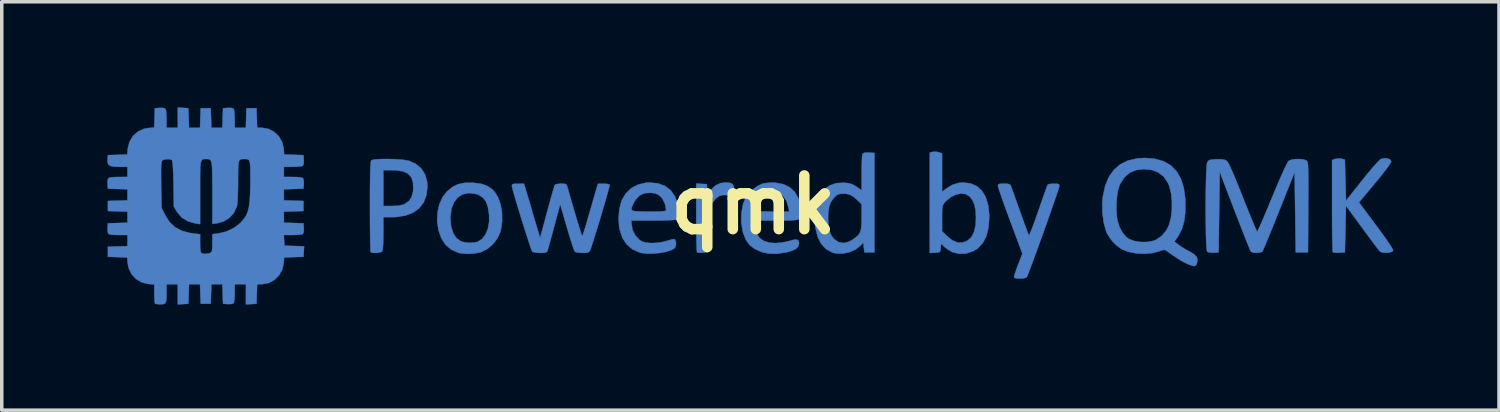
<source format=kicad_pcb>
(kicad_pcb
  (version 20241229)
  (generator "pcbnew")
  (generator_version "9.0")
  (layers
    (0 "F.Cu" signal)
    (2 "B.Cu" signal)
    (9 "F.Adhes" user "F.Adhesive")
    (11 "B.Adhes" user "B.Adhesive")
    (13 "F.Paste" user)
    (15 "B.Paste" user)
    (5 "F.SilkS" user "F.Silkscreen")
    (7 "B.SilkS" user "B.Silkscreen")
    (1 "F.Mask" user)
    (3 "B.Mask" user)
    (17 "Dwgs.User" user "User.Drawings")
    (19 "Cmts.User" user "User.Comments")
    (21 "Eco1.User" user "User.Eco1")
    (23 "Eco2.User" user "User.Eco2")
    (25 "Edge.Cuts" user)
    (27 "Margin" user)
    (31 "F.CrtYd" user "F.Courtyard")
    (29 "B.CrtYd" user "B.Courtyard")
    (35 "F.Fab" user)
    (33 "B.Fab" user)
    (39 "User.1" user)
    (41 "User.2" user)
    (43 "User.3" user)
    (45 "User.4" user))
  (footprint "qmk"
    (layer "F.Cu")
    (at 18.352 2.771)
    (property "Reference" "qmk" (at 0 0 0) (layer "F.SilkS") (effects (font (size 1.524 1.524) (thickness 0.3))))
    (attr through_hole)
    (fp_poly (pts (xy -0.665 -0.626) (xy -0.588 -0.592) (xy -0.55 -0.522) (xy -0.54 -0.411) (xy -0.54 -0.253) (xy -0.716 -0.274) (xy -0.855 -0.28) (xy -0.961 -0.254) (xy -1.055 -0.187) (xy -1.153 -0.072) (xy -1.16 -0.062) (xy -1.269 0.086) (xy -1.286 1.349) (xy -1.43 1.359) (xy -1.521 1.36) (xy -1.584 1.352) (xy -1.597 1.346) (xy -1.602 1.309) (xy -1.607 1.217) (xy -1.612 1.078) (xy -1.615 0.899) (xy -1.618 0.688) (xy -1.619 0.454) (xy -1.619 0.358) (xy -1.619 -0.607) (xy -1.468 -0.597) (xy -1.318 -0.587) (xy -1.308 -0.453) (xy -1.298 -0.319) (xy -1.2 -0.431) (xy -1.068 -0.553) (xy -0.929 -0.618) (xy -0.793 -0.635) (xy -0.665 -0.626)) (stroke (width 0.01) (type solid)) (fill yes) (layer "B.Cu"))
    (fp_poly (pts (xy 18.033 -1.317) (xy 18.103 -1.284) (xy 18.129 -1.233) (xy 18.109 -1.189) (xy 18.052 -1.103) (xy 17.963 -0.983) (xy 17.848 -0.835) (xy 17.71 -0.666) (xy 17.671 -0.619) (xy 17.213 -0.07) (xy 17.704 0.588) (xy 17.837 0.767) (xy 17.955 0.932) (xy 18.054 1.075) (xy 18.129 1.189) (xy 18.174 1.266) (xy 18.186 1.297) (xy 18.151 1.332) (xy 18.075 1.354) (xy 17.979 1.363) (xy 17.886 1.356) (xy 17.817 1.332) (xy 17.805 1.323) (xy 17.775 1.285) (xy 17.712 1.204) (xy 17.623 1.087) (xy 17.515 0.941) (xy 17.392 0.775) (xy 17.302 0.652) (xy 16.843 0.027) (xy 16.812 1.349) (xy 16.652 1.359) (xy 16.555 1.36) (xy 16.487 1.353) (xy 16.469 1.346) (xy 16.464 1.31) (xy 16.46 1.218) (xy 16.456 1.075) (xy 16.452 0.89) (xy 16.449 0.668) (xy 16.448 0.417) (xy 16.447 0.144) (xy 16.447 0.026) (xy 16.447 -1.272) (xy 16.534 -1.305) (xy 16.652 -1.321) (xy 16.716 -1.311) (xy 16.812 -1.284) (xy 16.843 -0.119) (xy 17.303 -0.698) (xy 17.449 -0.88) (xy 17.581 -1.037) (xy 17.693 -1.164) (xy 17.778 -1.255) (xy 17.833 -1.302) (xy 17.842 -1.307) (xy 17.94 -1.327) (xy 18.033 -1.317)) (stroke (width 0.01) (type solid)) (fill yes) (layer "B.Cu"))
    (fp_poly (pts (xy -7.958 -0.628) (xy -7.738 -0.601) (xy -7.564 -0.543) (xy -7.423 -0.449) (xy -7.341 -0.363) (xy -7.242 -0.2) (xy -7.174 0.004) (xy -7.137 0.233) (xy -7.135 0.472) (xy -7.169 0.705) (xy -7.187 0.774) (xy -7.271 0.958) (xy -7.401 1.124) (xy -7.561 1.258) (xy -7.738 1.344) (xy -7.748 1.347) (xy -7.929 1.382) (xy -8.127 1.392) (xy -8.31 1.376) (xy -8.378 1.361) (xy -8.578 1.274) (xy -8.738 1.139) (xy -8.859 0.956) (xy -8.94 0.73) (xy -8.98 0.473) (xy -8.977 0.389) (xy -8.604 0.389) (xy -8.584 0.614) (xy -8.526 0.801) (xy -8.433 0.943) (xy -8.306 1.035) (xy -8.287 1.044) (xy -8.182 1.068) (xy -8.048 1.077) (xy -7.918 1.069) (xy -7.832 1.05) (xy -7.706 0.969) (xy -7.606 0.84) (xy -7.537 0.671) (xy -7.503 0.472) (xy -7.505 0.282) (xy -7.538 0.067) (xy -7.596 -0.094) (xy -7.684 -0.209) (xy -7.806 -0.285) (xy -7.906 -0.317) (xy -8.095 -0.336) (xy -8.261 -0.298) (xy -8.398 -0.208) (xy -8.503 -0.07) (xy -8.573 0.113) (xy -8.603 0.337) (xy -8.604 0.389) (xy -8.977 0.389) (xy -8.972 0.219) (xy -8.918 -0.019) (xy -8.82 -0.23) (xy -8.7 -0.383) (xy -8.549 -0.508) (xy -8.385 -0.587) (xy -8.194 -0.626) (xy -7.961 -0.629) (xy -7.958 -0.628)) (stroke (width 0.01) (type solid)) (fill yes) (layer "B.Cu"))
    (fp_poly (pts (xy 5.281 -1.494) (xy 5.366 -1.462) (xy 5.366 -0.373) (xy 5.477 -0.458) (xy 5.66 -0.57) (xy 5.847 -0.626) (xy 5.969 -0.635) (xy 6.181 -0.608) (xy 6.359 -0.529) (xy 6.502 -0.398) (xy 6.608 -0.218) (xy 6.676 0.01) (xy 6.706 0.283) (xy 6.707 0.352) (xy 6.686 0.645) (xy 6.624 0.891) (xy 6.521 1.089) (xy 6.377 1.24) (xy 6.245 1.32) (xy 6.046 1.383) (xy 5.848 1.391) (xy 5.665 1.345) (xy 5.637 1.332) (xy 5.534 1.271) (xy 5.44 1.2) (xy 5.425 1.186) (xy 5.338 1.103) (xy 5.328 1.226) (xy 5.319 1.301) (xy 5.296 1.338) (xy 5.242 1.353) (xy 5.167 1.359) (xy 5.016 1.369) (xy 5.016 0.749) (xy 5.366 0.749) (xy 5.501 0.881) (xy 5.656 1.006) (xy 5.804 1.07) (xy 5.948 1.073) (xy 6.09 1.015) (xy 6.199 0.917) (xy 6.274 0.775) (xy 6.317 0.584) (xy 6.329 0.365) (xy 6.318 0.155) (xy 6.286 -0.008) (xy 6.228 -0.136) (xy 6.147 -0.238) (xy 6.037 -0.306) (xy 5.904 -0.323) (xy 5.757 -0.292) (xy 5.608 -0.216) (xy 5.467 -0.096) (xy 5.444 -0.071) (xy 5.411 -0.029) (xy 5.389 0.016) (xy 5.376 0.079) (xy 5.369 0.172) (xy 5.367 0.309) (xy 5.367 0.382) (xy 5.366 0.749) (xy 5.016 0.749) (xy 5.016 -1.487) (xy 5.106 -1.507) (xy 5.205 -1.51) (xy 5.281 -1.494)) (stroke (width 0.01) (type solid)) (fill yes) (layer "B.Cu"))
    (fp_poly (pts (xy -10.239 -1.3) (xy -10.076 -1.292) (xy -9.931 -1.279) (xy -9.817 -1.261) (xy -9.784 -1.253) (xy -9.584 -1.164) (xy -9.429 -1.032) (xy -9.322 -0.86) (xy -9.265 -0.652) (xy -9.257 -0.522) (xy -9.284 -0.28) (xy -9.361 -0.074) (xy -9.488 0.093) (xy -9.661 0.22) (xy -9.88 0.304) (xy -10.142 0.345) (xy -10.261 0.349) (xy -10.509 0.349) (xy -10.509 0.819) (xy -10.512 1.034) (xy -10.519 1.188) (xy -10.531 1.285) (xy -10.547 1.327) (xy -10.6 1.35) (xy -10.686 1.363) (xy -10.778 1.365) (xy -10.85 1.354) (xy -10.869 1.344) (xy -10.874 1.309) (xy -10.878 1.217) (xy -10.882 1.075) (xy -10.885 0.89) (xy -10.888 0.669) (xy -10.889 0.419) (xy -10.89 0.147) (xy -10.89 0.049) (xy -10.89 -0.294) (xy -10.888 -0.577) (xy -10.885 -0.806) (xy -10.881 -0.983) (xy -10.881 -0.984) (xy -10.509 -0.984) (xy -10.509 0.032) (xy -10.263 0.032) (xy -10.086 0.023) (xy -9.958 -0.003) (xy -9.908 -0.024) (xy -9.785 -0.109) (xy -9.707 -0.221) (xy -9.667 -0.373) (xy -9.66 -0.453) (xy -9.667 -0.64) (xy -9.716 -0.783) (xy -9.809 -0.886) (xy -9.95 -0.951) (xy -10.142 -0.981) (xy -10.247 -0.984) (xy -10.509 -0.984) (xy -10.881 -0.984) (xy -10.875 -1.114) (xy -10.868 -1.201) (xy -10.859 -1.251) (xy -10.852 -1.264) (xy -10.802 -1.282) (xy -10.702 -1.294) (xy -10.565 -1.302) (xy -10.407 -1.304) (xy -10.239 -1.3)) (stroke (width 0.01) (type solid)) (fill yes) (layer "B.Cu"))
    (fp_poly (pts (xy 3.289 -1.486) (xy 3.445 -1.476) (xy 3.445 1.349) (xy 3.159 1.349) (xy 3.143 1.211) (xy 3.127 1.072) (xy 3.064 1.143) (xy 2.919 1.261) (xy 2.74 1.343) (xy 2.545 1.385) (xy 2.354 1.381) (xy 2.242 1.352) (xy 2.067 1.255) (xy 1.93 1.107) (xy 1.831 0.909) (xy 1.771 0.665) (xy 1.754 0.492) (xy 1.755 0.381) (xy 2.128 0.381) (xy 2.137 0.591) (xy 2.169 0.753) (xy 2.226 0.88) (xy 2.302 0.975) (xy 2.426 1.059) (xy 2.567 1.084) (xy 2.716 1.05) (xy 2.807 1) (xy 2.915 0.923) (xy 2.989 0.855) (xy 3.037 0.78) (xy 3.064 0.685) (xy 3.076 0.556) (xy 3.079 0.379) (xy 3.079 0.364) (xy 3.08 -0.019) (xy 2.961 -0.133) (xy 2.848 -0.231) (xy 2.752 -0.287) (xy 2.649 -0.313) (xy 2.554 -0.318) (xy 2.453 -0.311) (xy 2.381 -0.281) (xy 2.307 -0.214) (xy 2.299 -0.205) (xy 2.218 -0.1) (xy 2.165 0.022) (xy 2.137 0.174) (xy 2.128 0.373) (xy 2.128 0.381) (xy 1.755 0.381) (xy 1.758 0.197) (xy 1.804 -0.057) (xy 1.889 -0.268) (xy 2.012 -0.433) (xy 2.17 -0.551) (xy 2.362 -0.617) (xy 2.586 -0.629) (xy 2.587 -0.629) (xy 2.721 -0.614) (xy 2.822 -0.583) (xy 2.921 -0.526) (xy 2.936 -0.515) (xy 3.08 -0.414) (xy 3.08 -0.913) (xy 3.082 -1.087) (xy 3.087 -1.241) (xy 3.093 -1.361) (xy 3.102 -1.436) (xy 3.107 -1.455) (xy 3.161 -1.482) (xy 3.273 -1.487) (xy 3.289 -1.486)) (stroke (width 0.01) (type solid)) (fill yes) (layer "B.Cu"))
    (fp_poly (pts (xy 8.637 -0.6) (xy 8.684 -0.586) (xy 8.699 -0.554) (xy 8.7 -0.539) (xy 8.689 -0.496) (xy 8.659 -0.401) (xy 8.613 -0.263) (xy 8.553 -0.087) (xy 8.482 0.117) (xy 8.403 0.342) (xy 8.319 0.58) (xy 8.231 0.824) (xy 8.144 1.066) (xy 8.06 1.298) (xy 7.981 1.513) (xy 7.911 1.702) (xy 7.852 1.859) (xy 7.807 1.975) (xy 7.778 2.042) (xy 7.771 2.056) (xy 7.723 2.079) (xy 7.639 2.092) (xy 7.543 2.094) (xy 7.461 2.086) (xy 7.415 2.066) (xy 7.414 2.065) (xy 7.417 2.024) (xy 7.441 1.938) (xy 7.48 1.821) (xy 7.522 1.711) (xy 7.648 1.388) (xy 7.301 0.456) (xy 7.215 0.224) (xy 7.137 0.009) (xy 7.069 -0.181) (xy 7.015 -0.339) (xy 6.976 -0.456) (xy 6.956 -0.526) (xy 6.953 -0.539) (xy 6.961 -0.577) (xy 6.994 -0.596) (xy 7.068 -0.603) (xy 7.124 -0.603) (xy 7.232 -0.598) (xy 7.292 -0.58) (xy 7.318 -0.548) (xy 7.335 -0.502) (xy 7.37 -0.407) (xy 7.419 -0.27) (xy 7.479 -0.102) (xy 7.547 0.087) (xy 7.576 0.171) (xy 7.646 0.365) (xy 7.709 0.54) (xy 7.762 0.686) (xy 7.803 0.795) (xy 7.827 0.856) (xy 7.832 0.866) (xy 7.847 0.846) (xy 7.879 0.774) (xy 7.926 0.658) (xy 7.984 0.504) (xy 8.049 0.322) (xy 8.099 0.18) (xy 8.169 -0.023) (xy 8.233 -0.206) (xy 8.288 -0.361) (xy 8.33 -0.48) (xy 8.358 -0.552) (xy 8.366 -0.571) (xy 8.407 -0.59) (xy 8.489 -0.601) (xy 8.543 -0.603) (xy 8.637 -0.6)) (stroke (width 0.01) (type solid)) (fill yes) (layer "B.Cu"))
    (fp_poly (pts (xy 0.629 -0.63) (xy 0.853 -0.59) (xy 1.038 -0.5) (xy 1.184 -0.362) (xy 1.288 -0.179) (xy 1.347 0.048) (xy 1.356 0.124) (xy 1.364 0.227) (xy 1.365 0.305) (xy 1.351 0.362) (xy 1.315 0.401) (xy 1.249 0.425) (xy 1.147 0.438) (xy 1 0.444) (xy 0.801 0.445) (xy 0.658 0.445) (xy 0.023 0.445) (xy 0.042 0.605) (xy 0.087 0.792) (xy 0.173 0.932) (xy 0.301 1.026) (xy 0.475 1.077) (xy 0.633 1.086) (xy 0.784 1.074) (xy 0.947 1.046) (xy 1.038 1.022) (xy 1.165 0.989) (xy 1.245 0.987) (xy 1.288 1.019) (xy 1.302 1.089) (xy 1.302 1.102) (xy 1.277 1.189) (xy 1.201 1.259) (xy 1.069 1.316) (xy 0.957 1.346) (xy 0.675 1.39) (xy 0.427 1.384) (xy 0.237 1.34) (xy 0.043 1.254) (xy -0.102 1.143) (xy -0.208 0.995) (xy -0.286 0.799) (xy -0.3 0.746) (xy -0.342 0.488) (xy -0.336 0.224) (xy -0.322 0.151) (xy 0.032 0.151) (xy 0.048 0.167) (xy 0.101 0.178) (xy 0.197 0.185) (xy 0.344 0.189) (xy 0.527 0.191) (xy 1.023 0.191) (xy 1.001 0.073) (xy 0.945 -0.109) (xy 0.855 -0.238) (xy 0.728 -0.315) (xy 0.564 -0.343) (xy 0.5 -0.341) (xy 0.384 -0.328) (xy 0.304 -0.3) (xy 0.23 -0.245) (xy 0.206 -0.222) (xy 0.113 -0.102) (xy 0.051 0.037) (xy 0.032 0.151) (xy -0.322 0.151) (xy -0.287 -0.026) (xy -0.22 -0.195) (xy -0.132 -0.321) (xy -0.007 -0.443) (xy 0.134 -0.543) (xy 0.268 -0.603) (xy 0.376 -0.622) (xy 0.515 -0.631) (xy 0.629 -0.63)) (stroke (width 0.01) (type solid)) (fill yes) (layer "B.Cu"))
    (fp_poly (pts (xy -2.7 -0.609) (xy -2.501 -0.534) (xy -2.342 -0.411) (xy -2.225 -0.241) (xy -2.172 -0.108) (xy -2.144 0.019) (xy -2.13 0.153) (xy -2.131 0.276) (xy -2.146 0.369) (xy -2.165 0.406) (xy -2.203 0.421) (xy -2.288 0.432) (xy -2.422 0.439) (xy -2.612 0.443) (xy -2.832 0.445) (xy -3.461 0.445) (xy -3.459 0.532) (xy -3.429 0.711) (xy -3.348 0.872) (xy -3.227 0.997) (xy -3.16 1.04) (xy -3.047 1.073) (xy -2.895 1.086) (xy -2.722 1.078) (xy -2.548 1.05) (xy -2.431 1.017) (xy -2.321 0.983) (xy -2.256 0.973) (xy -2.222 0.986) (xy -2.217 0.992) (xy -2.194 1.068) (xy -2.197 1.157) (xy -2.225 1.226) (xy -2.233 1.234) (xy -2.335 1.29) (xy -2.481 1.335) (xy -2.656 1.367) (xy -2.842 1.385) (xy -3.021 1.385) (xy -3.176 1.367) (xy -3.233 1.352) (xy -3.439 1.257) (xy -3.599 1.119) (xy -3.717 0.938) (xy -3.793 0.709) (xy -3.81 0.615) (xy -3.826 0.381) (xy -3.806 0.14) (xy -3.795 0.095) (xy -3.46 0.095) (xy -3.458 0.14) (xy -3.421 0.168) (xy -3.344 0.183) (xy -3.219 0.189) (xy -3.039 0.191) (xy -2.969 0.191) (xy -2.781 0.19) (xy -2.648 0.188) (xy -2.56 0.182) (xy -2.509 0.173) (xy -2.484 0.159) (xy -2.477 0.139) (xy -2.477 0.135) (xy -2.502 -0.013) (xy -2.569 -0.156) (xy -2.635 -0.238) (xy -2.708 -0.295) (xy -2.792 -0.327) (xy -2.912 -0.342) (xy -2.913 -0.342) (xy -3.087 -0.331) (xy -3.226 -0.269) (xy -3.338 -0.151) (xy -3.389 -0.064) (xy -3.435 0.028) (xy -3.46 0.095) (xy -3.795 0.095) (xy -3.752 -0.081) (xy -3.731 -0.138) (xy -3.619 -0.328) (xy -3.463 -0.476) (xy -3.269 -0.577) (xy -3.045 -0.629) (xy -2.937 -0.634) (xy -2.7 -0.609)) (stroke (width 0.01) (type solid)) (fill yes) (layer "B.Cu"))
    (fp_poly (pts (xy 11.417 -1.309) (xy 11.663 -1.238) (xy 11.868 -1.12) (xy 12.032 -0.954) (xy 12.154 -0.739) (xy 12.236 -0.476) (xy 12.277 -0.164) (xy 12.28 -0.119) (xy 12.28 0.192) (xy 12.248 0.456) (xy 12.182 0.684) (xy 12.08 0.884) (xy 12.041 0.942) (xy 11.969 1.042) (xy 12.089 1.136) (xy 12.183 1.202) (xy 12.305 1.275) (xy 12.402 1.328) (xy 12.533 1.407) (xy 12.605 1.488) (xy 12.625 1.579) (xy 12.602 1.673) (xy 12.577 1.721) (xy 12.539 1.74) (xy 12.475 1.73) (xy 12.371 1.693) (xy 12.341 1.681) (xy 12.211 1.617) (xy 12.046 1.517) (xy 11.843 1.377) (xy 11.743 1.305) (xy 11.696 1.281) (xy 11.641 1.283) (xy 11.555 1.312) (xy 11.548 1.315) (xy 11.348 1.369) (xy 11.121 1.39) (xy 10.886 1.379) (xy 10.665 1.336) (xy 10.477 1.263) (xy 10.457 1.252) (xy 10.304 1.138) (xy 10.165 0.987) (xy 10.058 0.822) (xy 10.026 0.749) (xy 9.959 0.503) (xy 9.922 0.226) (xy 9.922 0.166) (xy 10.321 0.166) (xy 10.336 0.358) (xy 10.351 0.449) (xy 10.411 0.634) (xy 10.5 0.798) (xy 10.61 0.922) (xy 10.668 0.963) (xy 10.822 1.025) (xy 11.007 1.055) (xy 11.2 1.054) (xy 11.376 1.02) (xy 11.446 0.992) (xy 11.61 0.878) (xy 11.742 0.718) (xy 11.812 0.576) (xy 11.867 0.375) (xy 11.895 0.145) (xy 11.896 -0.095) (xy 11.873 -0.325) (xy 11.824 -0.528) (xy 11.78 -0.632) (xy 11.66 -0.805) (xy 11.501 -0.926) (xy 11.306 -0.996) (xy 11.106 -1.015) (xy 10.885 -0.99) (xy 10.702 -0.915) (xy 10.552 -0.787) (xy 10.432 -0.603) (xy 10.409 -0.556) (xy 10.367 -0.42) (xy 10.337 -0.242) (xy 10.322 -0.04) (xy 10.321 0.166) (xy 9.922 0.166) (xy 9.918 -0.059) (xy 9.933 -0.226) (xy 9.997 -0.531) (xy 10.102 -0.788) (xy 10.247 -0.995) (xy 10.431 -1.153) (xy 10.656 -1.262) (xy 10.921 -1.321) (xy 11.128 -1.333) (xy 11.417 -1.309)) (stroke (width 0.01) (type solid)) (fill yes) (layer "B.Cu"))
    (fp_poly (pts (xy 15.642 -1.288) (xy 15.719 -1.261) (xy 15.73 -1.252) (xy 15.743 -1.233) (xy 15.753 -1.202) (xy 15.761 -1.152) (xy 15.767 -1.077) (xy 15.771 -0.971) (xy 15.774 -0.829) (xy 15.775 -0.645) (xy 15.775 -0.413) (xy 15.773 -0.126) (xy 15.772 0.074) (xy 15.764 1.349) (xy 15.415 1.349) (xy 15.383 -0.926) (xy 14.941 0.18) (xy 14.841 0.431) (xy 14.747 0.664) (xy 14.662 0.872) (xy 14.589 1.049) (xy 14.53 1.188) (xy 14.49 1.282) (xy 14.47 1.325) (xy 14.469 1.326) (xy 14.42 1.35) (xy 14.335 1.364) (xy 14.303 1.365) (xy 14.213 1.357) (xy 14.149 1.335) (xy 14.138 1.326) (xy 14.12 1.288) (xy 14.083 1.197) (xy 14.028 1.061) (xy 13.958 0.886) (xy 13.877 0.679) (xy 13.786 0.447) (xy 13.69 0.196) (xy 13.682 0.176) (xy 13.256 -0.934) (xy 13.224 1.349) (xy 13.081 1.359) (xy 12.978 1.356) (xy 12.908 1.336) (xy 12.898 1.329) (xy 12.887 1.287) (xy 12.878 1.19) (xy 12.871 1.046) (xy 12.865 0.865) (xy 12.86 0.654) (xy 12.857 0.422) (xy 12.856 0.177) (xy 12.856 -0.071) (xy 12.858 -0.315) (xy 12.862 -0.546) (xy 12.867 -0.756) (xy 12.873 -0.936) (xy 12.882 -1.077) (xy 12.891 -1.171) (xy 12.9 -1.206) (xy 12.928 -1.249) (xy 12.969 -1.275) (xy 13.04 -1.288) (xy 13.156 -1.295) (xy 13.305 -1.295) (xy 13.405 -1.277) (xy 13.447 -1.256) (xy 13.475 -1.226) (xy 13.514 -1.161) (xy 13.564 -1.059) (xy 13.628 -0.915) (xy 13.709 -0.724) (xy 13.807 -0.482) (xy 13.91 -0.223) (xy 14.004 0.012) (xy 14.09 0.226) (xy 14.167 0.414) (xy 14.231 0.568) (xy 14.28 0.682) (xy 14.311 0.748) (xy 14.32 0.762) (xy 14.337 0.734) (xy 14.374 0.653) (xy 14.43 0.528) (xy 14.501 0.364) (xy 14.584 0.169) (xy 14.676 -0.052) (xy 14.747 -0.224) (xy 14.874 -0.527) (xy 14.983 -0.78) (xy 15.073 -0.982) (xy 15.144 -1.13) (xy 15.194 -1.223) (xy 15.22 -1.256) (xy 15.297 -1.285) (xy 15.408 -1.301) (xy 15.531 -1.301) (xy 15.642 -1.288)) (stroke (width 0.01) (type solid)) (fill yes) (layer "B.Cu"))
    (fp_poly (pts (xy -6.434 -0.341) (xy -6.386 -0.18) (xy -6.333 -0.003) (xy -6.288 0.153) (xy -6.287 0.159) (xy -6.243 0.31) (xy -6.191 0.486) (xy -6.141 0.651) (xy -6.137 0.667) (xy -6.055 0.937) (xy -5.857 0.201) (xy -5.801 -0.006) (xy -5.749 -0.194) (xy -5.704 -0.353) (xy -5.668 -0.474) (xy -5.645 -0.549) (xy -5.637 -0.569) (xy -5.596 -0.589) (xy -5.513 -0.601) (xy -5.461 -0.603) (xy -5.367 -0.6) (xy -5.316 -0.584) (xy -5.29 -0.544) (xy -5.277 -0.5) (xy -5.217 -0.29) (xy -5.155 -0.074) (xy -5.093 0.14) (xy -5.033 0.343) (xy -4.978 0.526) (xy -4.93 0.68) (xy -4.893 0.798) (xy -4.868 0.87) (xy -4.859 0.889) (xy -4.845 0.86) (xy -4.817 0.779) (xy -4.779 0.657) (xy -4.732 0.502) (xy -4.686 0.341) (xy -4.63 0.147) (xy -4.576 -0.041) (xy -4.527 -0.208) (xy -4.489 -0.34) (xy -4.47 -0.405) (xy -4.41 -0.603) (xy -4.255 -0.603) (xy -4.161 -0.597) (xy -4.095 -0.582) (xy -4.08 -0.572) (xy -4.085 -0.536) (xy -4.106 -0.45) (xy -4.141 -0.32) (xy -4.187 -0.158) (xy -4.241 0.029) (xy -4.3 0.231) (xy -4.362 0.439) (xy -4.425 0.644) (xy -4.484 0.837) (xy -4.538 1.009) (xy -4.585 1.151) (xy -4.62 1.253) (xy -4.636 1.294) (xy -4.661 1.334) (xy -4.704 1.356) (xy -4.782 1.364) (xy -4.853 1.365) (xy -4.97 1.358) (xy -5.05 1.34) (xy -5.073 1.326) (xy -5.091 1.284) (xy -5.124 1.192) (xy -5.168 1.057) (xy -5.219 0.89) (xy -5.276 0.7) (xy -5.295 0.635) (xy -5.485 -0.016) (xy -5.523 0.127) (xy -5.611 0.455) (xy -5.684 0.726) (xy -5.743 0.942) (xy -5.788 1.107) (xy -5.822 1.225) (xy -5.845 1.299) (xy -5.857 1.332) (xy -5.858 1.334) (xy -5.901 1.353) (xy -5.985 1.364) (xy -6.087 1.364) (xy -6.185 1.356) (xy -6.258 1.339) (xy -6.28 1.326) (xy -6.298 1.285) (xy -6.331 1.193) (xy -6.376 1.059) (xy -6.43 0.892) (xy -6.491 0.702) (xy -6.555 0.497) (xy -6.62 0.288) (xy -6.682 0.083) (xy -6.74 -0.108) (xy -6.789 -0.276) (xy -6.827 -0.41) (xy -6.851 -0.503) (xy -6.858 -0.543) (xy -6.849 -0.578) (xy -6.814 -0.596) (xy -6.736 -0.603) (xy -6.685 -0.603) (xy -6.513 -0.603) (xy -6.434 -0.341)) (stroke (width 0.01) (type solid)) (fill yes) (layer "B.Cu"))
    (fp_poly (pts (xy -16.2 -2.756) (xy -16.05 -2.746) (xy -16.04 -2.469) (xy -16.031 -2.191) (xy -15.719 -2.191) (xy -15.71 -2.469) (xy -15.7 -2.746) (xy -15.415 -2.746) (xy -15.405 -2.469) (xy -15.396 -2.191) (xy -15.084 -2.191) (xy -15.075 -2.469) (xy -15.065 -2.746) (xy -14.926 -2.756) (xy -14.817 -2.753) (xy -14.761 -2.727) (xy -14.759 -2.725) (xy -14.747 -2.674) (xy -14.737 -2.579) (xy -14.733 -2.459) (xy -14.732 -2.437) (xy -14.732 -2.191) (xy -14.417 -2.191) (xy -14.408 -2.469) (xy -14.399 -2.746) (xy -14.113 -2.746) (xy -14.104 -2.469) (xy -14.095 -2.191) (xy -13.958 -2.191) (xy -13.778 -2.161) (xy -13.616 -2.078) (xy -13.482 -1.952) (xy -13.387 -1.792) (xy -13.342 -1.609) (xy -13.342 -1.606) (xy -13.327 -1.431) (xy -12.779 -1.413) (xy -12.769 -1.273) (xy -12.772 -1.165) (xy -12.799 -1.108) (xy -12.801 -1.107) (xy -12.851 -1.094) (xy -12.946 -1.085) (xy -13.067 -1.08) (xy -13.089 -1.08) (xy -13.335 -1.079) (xy -13.335 -0.794) (xy -13.089 -0.793) (xy -12.966 -0.79) (xy -12.865 -0.781) (xy -12.806 -0.769) (xy -12.801 -0.766) (xy -12.773 -0.713) (xy -12.769 -0.607) (xy -12.769 -0.6) (xy -12.779 -0.46) (xy -13.057 -0.451) (xy -13.335 -0.442) (xy -13.335 -0.129) (xy -12.779 -0.111) (xy -12.779 0.175) (xy -13.057 0.184) (xy -13.335 0.193) (xy -13.335 0.506) (xy -13.057 0.515) (xy -12.779 0.524) (xy -12.769 0.664) (xy -12.772 0.772) (xy -12.799 0.828) (xy -12.801 0.83) (xy -12.851 0.843) (xy -12.946 0.852) (xy -13.067 0.857) (xy -13.091 0.857) (xy -13.338 0.857) (xy -13.329 1.008) (xy -13.319 1.159) (xy -13.04 1.168) (xy -12.76 1.177) (xy -12.77 1.327) (xy -12.779 1.476) (xy -13.053 1.485) (xy -13.327 1.495) (xy -13.342 1.669) (xy -13.386 1.852) (xy -13.48 2.012) (xy -13.613 2.139) (xy -13.774 2.223) (xy -13.954 2.254) (xy -13.958 2.254) (xy -14.095 2.254) (xy -14.104 2.532) (xy -14.113 2.81) (xy -14.264 2.82) (xy -14.415 2.829) (xy -14.415 2.254) (xy -14.732 2.254) (xy -14.732 2.5) (xy -14.736 2.623) (xy -14.745 2.724) (xy -14.757 2.783) (xy -14.759 2.788) (xy -14.813 2.816) (xy -14.919 2.82) (xy -14.926 2.82) (xy -15.065 2.81) (xy -15.075 2.532) (xy -15.084 2.254) (xy -15.396 2.254) (xy -15.405 2.532) (xy -15.415 2.81) (xy -15.7 2.81) (xy -15.71 2.532) (xy -15.719 2.254) (xy -16.031 2.254) (xy -16.04 2.532) (xy -16.05 2.81) (xy -16.2 2.82) (xy -16.351 2.829) (xy -16.351 2.254) (xy -16.669 2.254) (xy -16.669 2.49) (xy -16.671 2.639) (xy -16.681 2.736) (xy -16.705 2.792) (xy -16.748 2.818) (xy -16.816 2.826) (xy -16.841 2.826) (xy -16.929 2.821) (xy -16.988 2.81) (xy -16.997 2.805) (xy -17.007 2.765) (xy -17.014 2.678) (xy -17.018 2.561) (xy -17.018 2.523) (xy -17.018 2.262) (xy -17.186 2.248) (xy -17.375 2.203) (xy -17.538 2.106) (xy -17.666 1.966) (xy -17.748 1.794) (xy -17.774 1.661) (xy -17.788 1.495) (xy -18.062 1.485) (xy -18.336 1.476) (xy -18.336 1.191) (xy -18.058 1.181) (xy -17.78 1.172) (xy -17.78 0.857) (xy -18.026 0.857) (xy -18.149 0.853) (xy -18.25 0.844) (xy -18.309 0.832) (xy -18.314 0.83) (xy -18.342 0.776) (xy -18.346 0.67) (xy -18.346 0.664) (xy -18.336 0.524) (xy -18.058 0.515) (xy -17.78 0.506) (xy -17.78 0.193) (xy -18.058 0.184) (xy -18.336 0.175) (xy -18.336 -0.111) (xy -18.058 -0.12) (xy -17.78 -0.129) (xy -17.78 -0.442) (xy -18.058 -0.451) (xy -18.336 -0.46) (xy -18.346 -0.6) (xy -18.343 -0.708) (xy -18.316 -0.765) (xy -18.314 -0.766) (xy -18.264 -0.779) (xy -18.169 -0.789) (xy -18.048 -0.793) (xy -18.026 -0.793) (xy -17.78 -0.794) (xy -17.78 -0.875) (xy -16.826 -0.875) (xy -16.824 -0.659) (xy -16.823 -0.559) (xy -16.81 0.088) (xy -16.7 0.306) (xy -16.58 0.493) (xy -16.431 0.633) (xy -16.246 0.733) (xy -16.015 0.796) (xy -15.883 0.815) (xy -15.716 0.834) (xy -15.716 1.097) (xy -15.712 1.248) (xy -15.699 1.34) (xy -15.677 1.376) (xy -15.572 1.394) (xy -15.461 1.378) (xy -15.428 1.364) (xy -15.397 1.339) (xy -15.378 1.294) (xy -15.369 1.217) (xy -15.367 1.091) (xy -15.367 1.082) (xy -15.367 0.833) (xy -15.197 0.812) (xy -14.97 0.757) (xy -14.758 0.656) (xy -14.576 0.519) (xy -14.437 0.353) (xy -14.403 0.293) (xy -14.361 0.189) (xy -14.329 0.056) (xy -14.307 -0.112) (xy -14.294 -0.324) (xy -14.288 -0.589) (xy -14.287 -0.697) (xy -14.288 -0.906) (xy -14.29 -1.061) (xy -14.298 -1.169) (xy -14.312 -1.239) (xy -14.336 -1.278) (xy -14.371 -1.296) (xy -14.421 -1.302) (xy -14.462 -1.302) (xy -14.522 -1.301) (xy -14.566 -1.293) (xy -14.597 -1.269) (xy -14.617 -1.221) (xy -14.629 -1.141) (xy -14.635 -1.021) (xy -14.637 -0.853) (xy -14.637 -0.671) (xy -14.639 -0.475) (xy -14.643 -0.294) (xy -14.651 -0.139) (xy -14.66 -0.024) (xy -14.669 0.035) (xy -14.752 0.222) (xy -14.882 0.37) (xy -15.055 0.473) (xy -15.232 0.523) (xy -15.367 0.545) (xy -15.367 -0.34) (xy -15.367 -0.612) (xy -15.369 -0.827) (xy -15.373 -0.992) (xy -15.38 -1.114) (xy -15.392 -1.198) (xy -15.41 -1.253) (xy -15.435 -1.284) (xy -15.467 -1.298) (xy -15.509 -1.302) (xy -15.53 -1.302) (xy -15.583 -1.302) (xy -15.625 -1.298) (xy -15.657 -1.284) (xy -15.681 -1.253) (xy -15.697 -1.197) (xy -15.707 -1.111) (xy -15.713 -0.987) (xy -15.716 -0.82) (xy -15.716 -0.601) (xy -15.716 -0.358) (xy -15.716 0.548) (xy -15.851 0.527) (xy -16.065 0.467) (xy -16.238 0.36) (xy -16.366 0.21) (xy -16.367 0.209) (xy -16.462 0.053) (xy -16.473 -0.601) (xy -16.479 -0.853) (xy -16.487 -1.045) (xy -16.497 -1.178) (xy -16.51 -1.255) (xy -16.521 -1.277) (xy -16.595 -1.299) (xy -16.687 -1.297) (xy -16.768 -1.275) (xy -16.796 -1.254) (xy -16.81 -1.219) (xy -16.819 -1.148) (xy -16.825 -1.036) (xy -16.826 -0.875) (xy -17.78 -0.875) (xy -17.78 -1.079) (xy -18.012 -1.079) (xy -18.167 -1.085) (xy -18.268 -1.107) (xy -18.325 -1.149) (xy -18.347 -1.218) (xy -18.346 -1.287) (xy -18.336 -1.413) (xy -18.062 -1.422) (xy -17.789 -1.431) (xy -17.771 -1.603) (xy -17.722 -1.795) (xy -17.622 -1.959) (xy -17.481 -2.084) (xy -17.307 -2.163) (xy -17.187 -2.185) (xy -17.02 -2.198) (xy -17.011 -2.472) (xy -17.002 -2.746) (xy -16.862 -2.756) (xy -16.754 -2.753) (xy -16.698 -2.727) (xy -16.696 -2.725) (xy -16.683 -2.674) (xy -16.674 -2.579) (xy -16.669 -2.459) (xy -16.669 -2.437) (xy -16.669 -2.191) (xy -16.351 -2.191) (xy -16.351 -2.766) (xy -16.2 -2.756)) (stroke (width 0.01) (type solid)) (fill yes) (layer "B.Cu")))
  (gr_rect
    (start -3 -3)
    (end 39.543 8.605)
    (stroke (width 0.1) (type default))
    (fill no)
    (layer "Edge.Cuts")))
</source>
